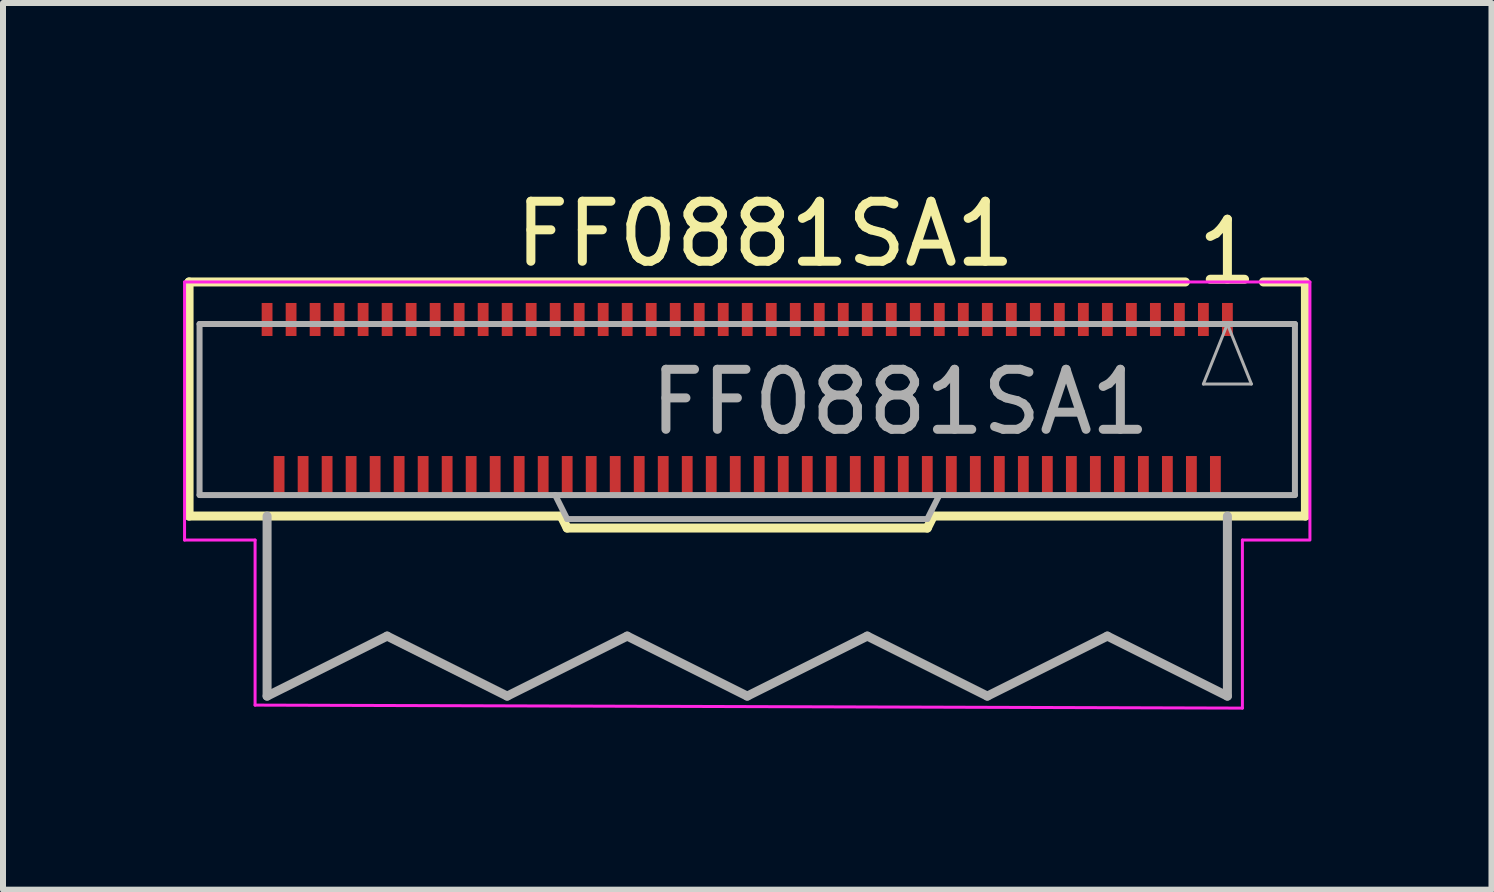
<source format=kicad_pcb>
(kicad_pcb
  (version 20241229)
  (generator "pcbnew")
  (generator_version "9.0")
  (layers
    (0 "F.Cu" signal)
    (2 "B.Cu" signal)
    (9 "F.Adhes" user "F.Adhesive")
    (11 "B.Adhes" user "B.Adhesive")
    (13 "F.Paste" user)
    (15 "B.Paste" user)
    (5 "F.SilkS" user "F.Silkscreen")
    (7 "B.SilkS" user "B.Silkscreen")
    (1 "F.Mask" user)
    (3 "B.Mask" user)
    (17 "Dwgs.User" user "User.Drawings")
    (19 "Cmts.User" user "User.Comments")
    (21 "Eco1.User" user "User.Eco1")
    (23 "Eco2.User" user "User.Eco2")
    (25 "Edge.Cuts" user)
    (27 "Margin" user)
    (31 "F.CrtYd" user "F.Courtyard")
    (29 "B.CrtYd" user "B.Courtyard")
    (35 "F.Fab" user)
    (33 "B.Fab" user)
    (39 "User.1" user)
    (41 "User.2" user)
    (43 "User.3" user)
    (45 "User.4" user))
  (footprint "FF0881SA1"
    (layer "F.Cu")
    (at 9.4 3.548)
    (property "Reference" "FF0881SA1" (at 0.3 -2.7 0) (layer "F.SilkS") (effects (font (size 1 1) (thickness 0.15))))
    (attr through_hole)
    (fp_line (start -9.3 -1.9) (end 7.3 -1.9) (stroke (width 0.15) (type solid)) (layer "F.SilkS"))
    (fp_line (start -9.3 2) (end -9.3 -1.9) (stroke (width 0.15) (type solid)) (layer "F.SilkS"))
    (fp_line (start -3.1 2) (end -9.3 2) (stroke (width 0.15) (type solid)) (layer "F.SilkS"))
    (fp_line (start -3 2.2) (end -3.1 2) (stroke (width 0.15) (type solid)) (layer "F.SilkS"))
    (fp_line (start 3 2.2) (end -3 2.2) (stroke (width 0.15) (type solid)) (layer "F.SilkS"))
    (fp_line (start 3.1 2) (end 3 2.2) (stroke (width 0.15) (type solid)) (layer "F.SilkS"))
    (fp_line (start 9.3 -1.9) (end 8.6 -1.9) (stroke (width 0.15) (type solid)) (layer "F.SilkS"))
    (fp_line (start 9.3 -1.9) (end 9.3 2) (stroke (width 0.15) (type solid)) (layer "F.SilkS"))
    (fp_line (start 9.3 2) (end 3.1 2) (stroke (width 0.15) (type solid)) (layer "F.SilkS"))
    (fp_line (start -9.375 -1.9) (end 9.375 -1.9) (stroke (width 0.05) (type solid)) (layer "F.CrtYd"))
    (fp_line (start -9.375 2.4) (end -9.375 -1.9) (stroke (width 0.05) (type solid)) (layer "F.CrtYd"))
    (fp_line (start -9.375 2.4) (end -8.2 2.4) (stroke (width 0.05) (type solid)) (layer "F.CrtYd"))
    (fp_line (start -8.2 2.4) (end -8.2 5.15) (stroke (width 0.05) (type solid)) (layer "F.CrtYd"))
    (fp_line (start -8.2 5.15) (end 8.25 5.2) (stroke (width 0.05) (type solid)) (layer "F.CrtYd"))
    (fp_line (start 8.25 2.4) (end 9.35 2.4) (stroke (width 0.05) (type solid)) (layer "F.CrtYd"))
    (fp_line (start 8.25 5.2) (end 8.25 2.4) (stroke (width 0.05) (type solid)) (layer "F.CrtYd"))
    (fp_line (start 9.375 -1.9) (end 9.375 2.4) (stroke (width 0.05) (type solid)) (layer "F.CrtYd"))
    (fp_line (start -9.125 -1.2) (end -9.125 1.65) (stroke (width 0.1) (type solid)) (layer "F.Fab"))
    (fp_line (start -9.125 -1.2) (end 9.125 -1.2) (stroke (width 0.1) (type solid)) (layer "F.Fab"))
    (fp_line (start -9.125 1.65) (end 9.125 1.65) (stroke (width 0.1) (type solid)) (layer "F.Fab"))
    (fp_line (start -8 2) (end -8 5) (stroke (width 0.15) (type solid)) (layer "F.Fab"))
    (fp_line (start -8 5) (end -6 4) (stroke (width 0.15) (type solid)) (layer "F.Fab"))
    (fp_line (start -6 4) (end -4 5) (stroke (width 0.15) (type solid)) (layer "F.Fab"))
    (fp_line (start -4 5) (end -2 4) (stroke (width 0.15) (type solid)) (layer "F.Fab"))
    (fp_line (start -3 2.05) (end -3.2 1.65) (stroke (width 0.1) (type solid)) (layer "F.Fab"))
    (fp_line (start -3 2.05) (end 3 2.05) (stroke (width 0.1) (type solid)) (layer "F.Fab"))
    (fp_line (start -2 4) (end 0 5) (stroke (width 0.15) (type solid)) (layer "F.Fab"))
    (fp_line (start 0 5) (end 2 4) (stroke (width 0.15) (type solid)) (layer "F.Fab"))
    (fp_line (start 3 2.05) (end 3.2 1.65) (stroke (width 0.1) (type solid)) (layer "F.Fab"))
    (fp_line (start 4 5) (end 2 4) (stroke (width 0.15) (type solid)) (layer "F.Fab"))
    (fp_line (start 4 5) (end 6 4) (stroke (width 0.15) (type solid)) (layer "F.Fab"))
    (fp_line (start 6 4) (end 8 5) (stroke (width 0.15) (type solid)) (layer "F.Fab"))
    (fp_line (start 7.6 -0.2) (end 8.4 -0.2) (stroke (width 0.05) (type solid)) (layer "F.Fab"))
    (fp_line (start 8 -1.2) (end 7.6 -0.2) (stroke (width 0.05) (type solid)) (layer "F.Fab"))
    (fp_line (start 8 5) (end 8 2) (stroke (width 0.15) (type solid)) (layer "F.Fab"))
    (fp_line (start 8.4 -0.2) (end 8 -1.2) (stroke (width 0.05) (type solid)) (layer "F.Fab"))
    (fp_line (start 9.125 -1.2) (end 9.125 1.65) (stroke (width 0.1) (type solid)) (layer "F.Fab"))
    (fp_text user "1" (at 8 -2.4 0) (layer "F.SilkS") (effects (font (size 1 1) (thickness 0.15))))
    (fp_text user "${REFERENCE}" (at 2.55 0.1 0) (layer "F.Fab") (effects (font (size 1 1) (thickness 0.15))))
    (pad "1" smd rect (at 8 -1.275) (size 0.18 0.55) (layers "F.Cu" "F.Mask" "F.Paste"))
    (pad "2" smd rect (at 7.8 1.35) (size 0.18 0.7) (layers "F.Cu" "F.Mask" "F.Paste"))
    (pad "3" smd rect (at 7.6 -1.275) (size 0.18 0.55) (layers "F.Cu" "F.Mask" "F.Paste"))
    (pad "4" smd rect (at 7.4 1.35) (size 0.18 0.7) (layers "F.Cu" "F.Mask" "F.Paste"))
    (pad "5" smd rect (at 7.2 -1.275) (size 0.18 0.55) (layers "F.Cu" "F.Mask" "F.Paste"))
    (pad "6" smd rect (at 7 1.35) (size 0.18 0.7) (layers "F.Cu" "F.Mask" "F.Paste"))
    (pad "7" smd rect (at 6.8 -1.275) (size 0.18 0.55) (layers "F.Cu" "F.Mask" "F.Paste"))
    (pad "8" smd rect (at 6.6 1.35) (size 0.18 0.7) (layers "F.Cu" "F.Mask" "F.Paste"))
    (pad "9" smd rect (at 6.4 -1.275) (size 0.18 0.55) (layers "F.Cu" "F.Mask" "F.Paste"))
    (pad "10" smd rect (at 6.2 1.35) (size 0.18 0.7) (layers "F.Cu" "F.Mask" "F.Paste"))
    (pad "11" smd rect (at 6 -1.275) (size 0.18 0.55) (layers "F.Cu" "F.Mask" "F.Paste"))
    (pad "12" smd rect (at 5.8 1.35) (size 0.18 0.7) (layers "F.Cu" "F.Mask" "F.Paste"))
    (pad "13" smd rect (at 5.6 -1.275) (size 0.18 0.55) (layers "F.Cu" "F.Mask" "F.Paste"))
    (pad "14" smd rect (at 5.4 1.35) (size 0.18 0.7) (layers "F.Cu" "F.Mask" "F.Paste"))
    (pad "15" smd rect (at 5.2 -1.275) (size 0.18 0.55) (layers "F.Cu" "F.Mask" "F.Paste"))
    (pad "16" smd rect (at 5 1.35) (size 0.18 0.7) (layers "F.Cu" "F.Mask" "F.Paste"))
    (pad "17" smd rect (at 4.8 -1.275) (size 0.18 0.55) (layers "F.Cu" "F.Mask" "F.Paste"))
    (pad "18" smd rect (at 4.6 1.35) (size 0.18 0.7) (layers "F.Cu" "F.Mask" "F.Paste"))
    (pad "19" smd rect (at 4.4 -1.275) (size 0.18 0.55) (layers "F.Cu" "F.Mask" "F.Paste"))
    (pad "20" smd rect (at 4.2 1.35) (size 0.18 0.7) (layers "F.Cu" "F.Mask" "F.Paste"))
    (pad "21" smd rect (at 4 -1.275) (size 0.18 0.55) (layers "F.Cu" "F.Mask" "F.Paste"))
    (pad "22" smd rect (at 3.8 1.35) (size 0.18 0.7) (layers "F.Cu" "F.Mask" "F.Paste"))
    (pad "23" smd rect (at 3.6 -1.275) (size 0.18 0.55) (layers "F.Cu" "F.Mask" "F.Paste"))
    (pad "24" smd rect (at 3.4 1.35) (size 0.18 0.7) (layers "F.Cu" "F.Mask" "F.Paste"))
    (pad "25" smd rect (at 3.2 -1.275) (size 0.18 0.55) (layers "F.Cu" "F.Mask" "F.Paste"))
    (pad "26" smd rect (at 3 1.35) (size 0.18 0.7) (layers "F.Cu" "F.Mask" "F.Paste"))
    (pad "27" smd rect (at 2.8 -1.275) (size 0.18 0.55) (layers "F.Cu" "F.Mask" "F.Paste"))
    (pad "28" smd rect (at 2.6 1.35) (size 0.18 0.7) (layers "F.Cu" "F.Mask" "F.Paste"))
    (pad "29" smd rect (at 2.4 -1.275) (size 0.18 0.55) (layers "F.Cu" "F.Mask" "F.Paste"))
    (pad "30" smd rect (at 2.2 1.35) (size 0.18 0.7) (layers "F.Cu" "F.Mask" "F.Paste"))
    (pad "31" smd rect (at 2 -1.275) (size 0.18 0.55) (layers "F.Cu" "F.Mask" "F.Paste"))
    (pad "32" smd rect (at 1.8 1.35) (size 0.18 0.7) (layers "F.Cu" "F.Mask" "F.Paste"))
    (pad "33" smd rect (at 1.6 -1.275) (size 0.18 0.55) (layers "F.Cu" "F.Mask" "F.Paste"))
    (pad "34" smd rect (at 1.4 1.35) (size 0.18 0.7) (layers "F.Cu" "F.Mask" "F.Paste"))
    (pad "35" smd rect (at 1.2 -1.275) (size 0.18 0.55) (layers "F.Cu" "F.Mask" "F.Paste"))
    (pad "36" smd rect (at 1 1.35) (size 0.18 0.7) (layers "F.Cu" "F.Mask" "F.Paste"))
    (pad "37" smd rect (at 0.8 -1.275) (size 0.18 0.55) (layers "F.Cu" "F.Mask" "F.Paste"))
    (pad "38" smd rect (at 0.6 1.35) (size 0.18 0.7) (layers "F.Cu" "F.Mask" "F.Paste"))
    (pad "39" smd rect (at 0.4 -1.275) (size 0.18 0.55) (layers "F.Cu" "F.Mask" "F.Paste"))
    (pad "40" smd rect (at 0.2 1.35) (size 0.18 0.7) (layers "F.Cu" "F.Mask" "F.Paste"))
    (pad "41" smd rect (at 0 -1.275) (size 0.18 0.55) (layers "F.Cu" "F.Mask" "F.Paste"))
    (pad "42" smd rect (at -0.2 1.35) (size 0.18 0.7) (layers "F.Cu" "F.Mask" "F.Paste"))
    (pad "43" smd rect (at -0.4 -1.275) (size 0.18 0.55) (layers "F.Cu" "F.Mask" "F.Paste"))
    (pad "44" smd rect (at -0.6 1.35) (size 0.18 0.7) (layers "F.Cu" "F.Mask" "F.Paste"))
    (pad "45" smd rect (at -0.8 -1.275) (size 0.18 0.55) (layers "F.Cu" "F.Mask" "F.Paste"))
    (pad "46" smd rect (at -1 1.35) (size 0.18 0.7) (layers "F.Cu" "F.Mask" "F.Paste"))
    (pad "47" smd rect (at -1.2 -1.275) (size 0.18 0.55) (layers "F.Cu" "F.Mask" "F.Paste"))
    (pad "48" smd rect (at -1.4 1.35) (size 0.18 0.7) (layers "F.Cu" "F.Mask" "F.Paste"))
    (pad "49" smd rect (at -1.6 -1.275) (size 0.18 0.55) (layers "F.Cu" "F.Mask" "F.Paste"))
    (pad "50" smd rect (at -1.8 1.35) (size 0.18 0.7) (layers "F.Cu" "F.Mask" "F.Paste"))
    (pad "51" smd rect (at -2 -1.275) (size 0.18 0.55) (layers "F.Cu" "F.Mask" "F.Paste"))
    (pad "52" smd rect (at -2.2 1.35) (size 0.18 0.7) (layers "F.Cu" "F.Mask" "F.Paste"))
    (pad "53" smd rect (at -2.4 -1.275) (size 0.18 0.55) (layers "F.Cu" "F.Mask" "F.Paste"))
    (pad "54" smd rect (at -2.6 1.35) (size 0.18 0.7) (layers "F.Cu" "F.Mask" "F.Paste"))
    (pad "55" smd rect (at -2.8 -1.275) (size 0.18 0.55) (layers "F.Cu" "F.Mask" "F.Paste"))
    (pad "56" smd rect (at -3 1.35) (size 0.18 0.7) (layers "F.Cu" "F.Mask" "F.Paste"))
    (pad "57" smd rect (at -3.2 -1.275) (size 0.18 0.55) (layers "F.Cu" "F.Mask" "F.Paste"))
    (pad "58" smd rect (at -3.4 1.35) (size 0.18 0.7) (layers "F.Cu" "F.Mask" "F.Paste"))
    (pad "59" smd rect (at -3.6 -1.275) (size 0.18 0.55) (layers "F.Cu" "F.Mask" "F.Paste"))
    (pad "60" smd rect (at -3.8 1.35) (size 0.18 0.7) (layers "F.Cu" "F.Mask" "F.Paste"))
    (pad "61" smd rect (at -4 -1.275) (size 0.18 0.55) (layers "F.Cu" "F.Mask" "F.Paste"))
    (pad "62" smd rect (at -4.2 1.35) (size 0.18 0.7) (layers "F.Cu" "F.Mask" "F.Paste"))
    (pad "63" smd rect (at -4.4 -1.275) (size 0.18 0.55) (layers "F.Cu" "F.Mask" "F.Paste"))
    (pad "64" smd rect (at -4.6 1.35) (size 0.18 0.7) (layers "F.Cu" "F.Mask" "F.Paste"))
    (pad "65" smd rect (at -4.8 -1.275) (size 0.18 0.55) (layers "F.Cu" "F.Mask" "F.Paste"))
    (pad "66" smd rect (at -5 1.35) (size 0.18 0.7) (layers "F.Cu" "F.Mask" "F.Paste"))
    (pad "67" smd rect (at -5.2 -1.275) (size 0.18 0.55) (layers "F.Cu" "F.Mask" "F.Paste"))
    (pad "68" smd rect (at -5.4 1.35) (size 0.18 0.7) (layers "F.Cu" "F.Mask" "F.Paste"))
    (pad "69" smd rect (at -5.6 -1.275) (size 0.18 0.55) (layers "F.Cu" "F.Mask" "F.Paste"))
    (pad "70" smd rect (at -5.8 1.35) (size 0.18 0.7) (layers "F.Cu" "F.Mask" "F.Paste"))
    (pad "71" smd rect (at -6 -1.275) (size 0.18 0.55) (layers "F.Cu" "F.Mask" "F.Paste"))
    (pad "72" smd rect (at -6.2 1.35) (size 0.18 0.7) (layers "F.Cu" "F.Mask" "F.Paste"))
    (pad "73" smd rect (at -6.4 -1.275) (size 0.18 0.55) (layers "F.Cu" "F.Mask" "F.Paste"))
    (pad "74" smd rect (at -6.6 1.35) (size 0.18 0.7) (layers "F.Cu" "F.Mask" "F.Paste"))
    (pad "75" smd rect (at -6.8 -1.275) (size 0.18 0.55) (layers "F.Cu" "F.Mask" "F.Paste"))
    (pad "76" smd rect (at -7 1.35) (size 0.18 0.7) (layers "F.Cu" "F.Mask" "F.Paste"))
    (pad "77" smd rect (at -7.2 -1.275) (size 0.18 0.55) (layers "F.Cu" "F.Mask" "F.Paste"))
    (pad "78" smd rect (at -7.4 1.35) (size 0.18 0.7) (layers "F.Cu" "F.Mask" "F.Paste"))
    (pad "79" smd rect (at -7.6 -1.275) (size 0.18 0.55) (layers "F.Cu" "F.Mask" "F.Paste"))
    (pad "80" smd rect (at -7.8 1.35) (size 0.18 0.7) (layers "F.Cu" "F.Mask" "F.Paste"))
    (pad "81" smd rect (at -8 -1.275) (size 0.18 0.55) (layers "F.Cu" "F.Mask" "F.Paste")))
  (gr_rect
    (start -3 -3)
    (end 21.8 11.773)
    (stroke (width 0.1) (type default))
    (fill no)
    (layer "Edge.Cuts")))
</source>
